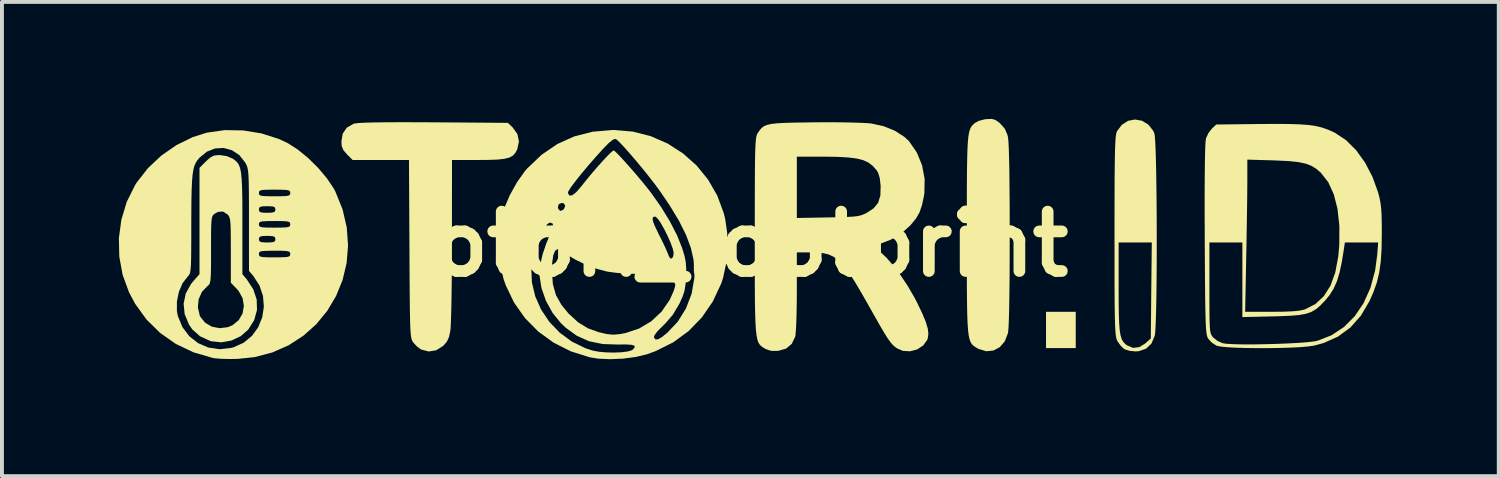
<source format=kicad_pcb>
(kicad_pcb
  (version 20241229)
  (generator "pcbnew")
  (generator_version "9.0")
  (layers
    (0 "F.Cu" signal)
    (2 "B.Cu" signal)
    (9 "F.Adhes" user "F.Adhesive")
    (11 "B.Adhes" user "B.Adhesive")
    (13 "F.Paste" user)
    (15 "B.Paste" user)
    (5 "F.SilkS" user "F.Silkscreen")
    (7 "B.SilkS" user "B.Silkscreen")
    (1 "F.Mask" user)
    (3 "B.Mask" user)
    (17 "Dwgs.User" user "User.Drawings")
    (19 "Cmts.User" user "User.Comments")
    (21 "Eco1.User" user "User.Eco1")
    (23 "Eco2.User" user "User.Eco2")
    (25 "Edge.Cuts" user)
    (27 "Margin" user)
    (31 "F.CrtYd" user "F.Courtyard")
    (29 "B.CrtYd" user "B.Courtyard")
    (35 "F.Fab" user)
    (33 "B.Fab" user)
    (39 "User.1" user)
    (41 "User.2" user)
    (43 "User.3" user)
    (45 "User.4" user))
  (footprint "otori_footprint"
    (layer "F.Cu")
    (at 16.207 3.213)
    (property "Reference" "otori_footprint" (at 0 0 0) (layer "F.SilkS") (effects (font (size 1.524 1.524) (thickness 0.3))))
    (attr board_only exclude_from_pos_files exclude_from_bom)
    (fp_poly (pts (xy 8.34 2.667) (xy 7.578 2.667) (xy 7.578 1.736) (xy 8.34 1.736)) (stroke (width 0) (type solid)) (fill yes) (layer "F.SilkS"))
    (fp_poly (pts (xy 6.276 -3.188) (xy 6.373 -3.12) (xy 6.403 -3.093) (xy 6.52 -2.962) (xy 6.588 -2.803) (xy 6.601 -2.748) (xy 6.612 -2.65) (xy 6.622 -2.471) (xy 6.63 -2.211) (xy 6.637 -1.876) (xy 6.641 -1.466) (xy 6.645 -0.984) (xy 6.646 -0.434) (xy 6.646 -0.233) (xy 6.645 0.34) (xy 6.643 0.845) (xy 6.638 1.279) (xy 6.632 1.641) (xy 6.625 1.926) (xy 6.616 2.133) (xy 6.605 2.259) (xy 6.601 2.282) (xy 6.522 2.49) (xy 6.394 2.641) (xy 6.23 2.729) (xy 6.045 2.748) (xy 5.851 2.69) (xy 5.808 2.666) (xy 5.755 2.634) (xy 5.71 2.601) (xy 5.672 2.562) (xy 5.641 2.509) (xy 5.615 2.438) (xy 5.594 2.34) (xy 5.578 2.21) (xy 5.566 2.041) (xy 5.557 1.827) (xy 5.552 1.562) (xy 5.548 1.238) (xy 5.546 0.85) (xy 5.546 0.391) (xy 5.546 -0.145) (xy 5.546 -0.233) (xy 5.546 -0.776) (xy 5.546 -1.242) (xy 5.548 -1.635) (xy 5.551 -1.964) (xy 5.556 -2.234) (xy 5.563 -2.453) (xy 5.573 -2.626) (xy 5.586 -2.76) (xy 5.603 -2.862) (xy 5.624 -2.938) (xy 5.65 -2.995) (xy 5.681 -3.039) (xy 5.718 -3.077) (xy 5.751 -3.107) (xy 5.854 -3.163) (xy 6.001 -3.201) (xy 6.046 -3.207) (xy 6.181 -3.213)) (stroke (width 0) (type solid)) (fill yes) (layer "F.SilkS"))
    (fp_poly (pts (xy -8.423 -3.126) (xy -8.12 -3.125) (xy -6.228 -3.111) (xy -6.103 -2.991) (xy -5.984 -2.825) (xy -5.944 -2.635) (xy -5.985 -2.439) (xy -6.034 -2.344) (xy -6.097 -2.273) (xy -6.187 -2.222) (xy -6.315 -2.189) (xy -6.494 -2.169) (xy -6.735 -2.161) (xy -6.983 -2.159) (xy -7.662 -2.159) (xy -7.663 -0.095) (xy -7.663 0.324) (xy -7.666 0.726) (xy -7.67 1.1) (xy -7.675 1.437) (xy -7.681 1.727) (xy -7.688 1.961) (xy -7.696 2.129) (xy -7.704 2.222) (xy -7.704 2.223) (xy -7.739 2.385) (xy -7.791 2.499) (xy -7.877 2.599) (xy -7.893 2.614) (xy -8.067 2.723) (xy -8.258 2.754) (xy -8.451 2.704) (xy -8.463 2.698) (xy -8.56 2.626) (xy -8.652 2.527) (xy -8.653 2.526) (xy -8.672 2.498) (xy -8.689 2.466) (xy -8.702 2.423) (xy -8.714 2.362) (xy -8.723 2.275) (xy -8.73 2.157) (xy -8.736 1.999) (xy -8.74 1.795) (xy -8.744 1.537) (xy -8.747 1.22) (xy -8.75 0.835) (xy -8.752 0.376) (xy -8.753 0.124) (xy -8.765 -2.159) (xy -9.488 -2.159) (xy -10.211 -2.159) (xy -10.355 -2.303) (xy -10.448 -2.411) (xy -10.49 -2.514) (xy -10.499 -2.636) (xy -10.464 -2.836) (xy -10.362 -2.987) (xy -10.196 -3.083) (xy -10.168 -3.092) (xy -10.08 -3.105) (xy -9.912 -3.115) (xy -9.663 -3.122) (xy -9.333 -3.126) (xy -8.919 -3.128)) (stroke (width 0) (type solid)) (fill yes) (layer "F.SilkS"))
    (fp_poly (pts (xy 10.038 -3.166) (xy 10.199 -3.069) (xy 10.327 -2.909) (xy 10.356 -2.848) (xy 10.368 -2.778) (xy 10.379 -2.632) (xy 10.389 -2.419) (xy 10.397 -2.151) (xy 10.404 -1.834) (xy 10.409 -1.48) (xy 10.414 -1.097) (xy 10.417 -0.694) (xy 10.418 -0.282) (xy 10.418 0.132) (xy 10.417 0.537) (xy 10.414 0.925) (xy 10.41 1.285) (xy 10.404 1.609) (xy 10.397 1.887) (xy 10.388 2.111) (xy 10.378 2.27) (xy 10.366 2.353) (xy 10.282 2.551) (xy 10.145 2.682) (xy 9.959 2.746) (xy 9.87 2.752) (xy 9.723 2.737) (xy 9.603 2.7) (xy 9.577 2.686) (xy 9.49 2.602) (xy 9.411 2.49) (xy 9.408 2.485) (xy 9.393 2.451) (xy 9.38 2.408) (xy 9.369 2.348) (xy 9.36 2.264) (xy 9.353 2.151) (xy 9.347 2.001) (xy 9.342 1.808) (xy 9.339 1.565) (xy 9.337 1.266) (xy 9.336 1.102) (xy 9.44 1.102) (xy 9.441 1.479) (xy 9.445 1.781) (xy 9.453 2.017) (xy 9.467 2.198) (xy 9.488 2.333) (xy 9.517 2.431) (xy 9.556 2.503) (xy 9.606 2.559) (xy 9.657 2.598) (xy 9.812 2.662) (xy 9.972 2.642) (xy 10.128 2.544) (xy 10.266 2.42) (xy 10.278 1.189) (xy 10.291 -0.042) (xy 9.44 -0.042) (xy 9.44 1.102) (xy 9.336 1.102) (xy 9.335 0.904) (xy 9.335 0.473) (xy 9.335 -0.035) (xy 9.335 -0.212) (xy 9.335 -0.752) (xy 9.336 -1.213) (xy 9.337 -1.603) (xy 9.34 -1.927) (xy 9.343 -2.192) (xy 9.348 -2.403) (xy 9.354 -2.568) (xy 9.361 -2.692) (xy 9.37 -2.783) (xy 9.381 -2.845) (xy 9.393 -2.886) (xy 9.398 -2.896) (xy 9.524 -3.063) (xy 9.684 -3.164) (xy 9.861 -3.197)) (stroke (width 0) (type solid)) (fill yes) (layer "F.SilkS"))
    (fp_poly (pts (xy -13.442 -2.259) (xy -13.301 -2.2) (xy -13.232 -2.154) (xy -13.176 -2.104) (xy -13.132 -2.04) (xy -13.099 -1.953) (xy -13.074 -1.834) (xy -13.058 -1.673) (xy -13.047 -1.463) (xy -13.041 -1.194) (xy -13.039 -0.857) (xy -13.039 -0.526) (xy -13.039 0.771) (xy -12.926 0.904) (xy -12.76 1.157) (xy -12.672 1.422) (xy -12.664 1.688) (xy -12.735 1.947) (xy -12.885 2.187) (xy -12.889 2.193) (xy -13.083 2.362) (xy -13.32 2.473) (xy -13.576 2.519) (xy -13.829 2.493) (xy -13.871 2.481) (xy -14.128 2.362) (xy -14.323 2.188) (xy -14.41 2.061) (xy -14.52 1.795) (xy -14.537 1.624) (xy -14.181 1.624) (xy -14.133 1.83) (xy -14.116 1.867) (xy -13.993 2.018) (xy -13.822 2.117) (xy -13.622 2.156) (xy -13.415 2.131) (xy -13.295 2.082) (xy -13.134 1.952) (xy -13.035 1.781) (xy -13.001 1.587) (xy -13.033 1.388) (xy -13.135 1.201) (xy -13.181 1.149) (xy -13.335 0.991) (xy -13.335 0.157) (xy -13.336 -0.13) (xy -13.338 -0.345) (xy -13.343 -0.5) (xy -13.352 -0.606) (xy -13.367 -0.677) (xy -13.388 -0.723) (xy -13.416 -0.758) (xy -13.42 -0.762) (xy -13.537 -0.836) (xy -13.662 -0.828) (xy -13.749 -0.781) (xy -13.781 -0.756) (xy -13.804 -0.724) (xy -13.821 -0.673) (xy -13.832 -0.591) (xy -13.839 -0.467) (xy -13.842 -0.29) (xy -13.843 -0.047) (xy -13.843 0.148) (xy -13.843 0.439) (xy -13.845 0.658) (xy -13.85 0.815) (xy -13.858 0.922) (xy -13.871 0.991) (xy -13.89 1.034) (xy -13.916 1.062) (xy -13.934 1.075) (xy -14.076 1.223) (xy -14.161 1.414) (xy -14.181 1.624) (xy -14.537 1.624) (xy -14.546 1.526) (xy -14.492 1.265) (xy -14.356 1.021) (xy -14.304 0.957) (xy -14.139 0.77) (xy -14.139 -1.957) (xy -13.975 -2.122) (xy -13.865 -2.221) (xy -13.771 -2.27) (xy -13.66 -2.285) (xy -13.626 -2.286)) (stroke (width 0) (type solid)) (fill yes) (layer "F.SilkS"))
    (fp_poly (pts (xy 2.292 -3.125) (xy 2.585 -3.12) (xy 2.833 -3.112) (xy 3.021 -3.102) (xy 3.105 -3.093) (xy 3.416 -3.024) (xy 3.703 -2.907) (xy 3.944 -2.752) (xy 4.066 -2.638) (xy 4.263 -2.351) (xy 4.398 -2.022) (xy 4.464 -1.669) (xy 4.457 -1.312) (xy 4.447 -1.241) (xy 4.396 -1.001) (xy 4.333 -0.816) (xy 4.244 -0.66) (xy 4.116 -0.503) (xy 4.101 -0.486) (xy 3.866 -0.273) (xy 3.594 -0.114) (xy 3.354 -0.022) (xy 3.13 0.05) (xy 3.319 0.194) (xy 3.478 0.341) (xy 3.659 0.548) (xy 3.847 0.799) (xy 4.032 1.077) (xy 4.199 1.364) (xy 4.267 1.494) (xy 4.401 1.773) (xy 4.492 1.992) (xy 4.544 2.165) (xy 4.56 2.302) (xy 4.544 2.415) (xy 4.53 2.455) (xy 4.427 2.6) (xy 4.273 2.701) (xy 4.091 2.749) (xy 3.905 2.738) (xy 3.76 2.676) (xy 3.698 2.632) (xy 3.64 2.578) (xy 3.579 2.506) (xy 3.508 2.405) (xy 3.421 2.265) (xy 3.31 2.076) (xy 3.17 1.829) (xy 3.07 1.651) (xy 2.861 1.283) (xy 2.684 0.983) (xy 2.531 0.745) (xy 2.394 0.561) (xy 2.265 0.424) (xy 2.138 0.329) (xy 2.005 0.266) (xy 1.859 0.231) (xy 1.691 0.215) (xy 1.525 0.212) (xy 1.185 0.212) (xy 1.185 1.217) (xy 1.183 1.51) (xy 1.178 1.782) (xy 1.171 2.019) (xy 1.161 2.209) (xy 1.15 2.335) (xy 1.143 2.374) (xy 1.055 2.558) (xy 0.911 2.679) (xy 0.71 2.737) (xy 0.689 2.739) (xy 0.519 2.737) (xy 0.385 2.691) (xy 0.356 2.674) (xy 0.306 2.642) (xy 0.263 2.61) (xy 0.227 2.57) (xy 0.196 2.517) (xy 0.172 2.444) (xy 0.152 2.345) (xy 0.137 2.213) (xy 0.125 2.042) (xy 0.117 1.826) (xy 0.111 1.558) (xy 0.108 1.231) (xy 0.106 0.839) (xy 0.106 0.376) (xy 0.106 -0.164) (xy 0.106 -0.214) (xy 0.106 -0.671) (xy 1.185 -0.671) (xy 1.98 -0.685) (xy 2.261 -0.69) (xy 2.472 -0.697) (xy 2.627 -0.706) (xy 2.741 -0.719) (xy 2.828 -0.739) (xy 2.903 -0.766) (xy 2.979 -0.803) (xy 2.981 -0.804) (xy 3.159 -0.922) (xy 3.272 -1.064) (xy 3.328 -1.248) (xy 3.335 -1.49) (xy 3.335 -1.491) (xy 3.313 -1.693) (xy 3.269 -1.833) (xy 3.235 -1.89) (xy 3.139 -2.001) (xy 3.031 -2.087) (xy 2.898 -2.15) (xy 2.729 -2.195) (xy 2.511 -2.223) (xy 2.235 -2.239) (xy 1.886 -2.244) (xy 1.836 -2.244) (xy 1.185 -2.244) (xy 1.185 -0.671) (xy 0.106 -0.671) (xy 0.106 -0.741) (xy 0.107 -1.19) (xy 0.108 -1.568) (xy 0.11 -1.881) (xy 0.112 -2.136) (xy 0.116 -2.339) (xy 0.122 -2.497) (xy 0.129 -2.616) (xy 0.137 -2.703) (xy 0.148 -2.765) (xy 0.16 -2.808) (xy 0.175 -2.84) (xy 0.181 -2.848) (xy 0.232 -2.923) (xy 0.283 -2.981) (xy 0.345 -3.027) (xy 0.428 -3.061) (xy 0.542 -3.085) (xy 0.697 -3.101) (xy 0.903 -3.112) (xy 1.17 -3.118) (xy 1.509 -3.123) (xy 1.628 -3.125) (xy 1.968 -3.127)) (stroke (width 0) (type solid)) (fill yes) (layer "F.SilkS"))
    (fp_poly (pts (xy 13.816 -3.082) (xy 14.086 -3.073) (xy 14.308 -3.057) (xy 14.492 -3.03) (xy 14.65 -2.993) (xy 14.794 -2.944) (xy 14.937 -2.882) (xy 14.996 -2.852) (xy 15.275 -2.667) (xy 15.533 -2.41) (xy 15.762 -2.092) (xy 15.953 -1.725) (xy 16.095 -1.332) (xy 16.132 -1.192) (xy 16.158 -1.06) (xy 16.176 -0.916) (xy 16.186 -0.741) (xy 16.191 -0.517) (xy 16.192 -0.275) (xy 16.186 0.118) (xy 16.165 0.447) (xy 16.125 0.73) (xy 16.063 0.987) (xy 15.975 1.236) (xy 15.873 1.466) (xy 15.654 1.837) (xy 15.386 2.139) (xy 15.068 2.372) (xy 14.7 2.537) (xy 14.456 2.603) (xy 14.31 2.624) (xy 14.105 2.642) (xy 13.854 2.655) (xy 13.572 2.663) (xy 13.274 2.668) (xy 12.974 2.668) (xy 12.687 2.664) (xy 12.426 2.656) (xy 12.207 2.643) (xy 12.044 2.626) (xy 11.952 2.605) (xy 11.832 2.528) (xy 11.74 2.429) (xy 11.724 2.4) (xy 11.71 2.361) (xy 11.698 2.307) (xy 11.688 2.23) (xy 11.68 2.124) (xy 11.673 1.981) (xy 11.668 1.796) (xy 11.663 1.561) (xy 11.659 1.27) (xy 11.658 1.119) (xy 11.769 1.119) (xy 11.769 1.463) (xy 11.77 1.733) (xy 11.773 1.938) (xy 11.778 2.089) (xy 11.786 2.197) (xy 11.798 2.271) (xy 11.815 2.322) (xy 11.838 2.36) (xy 11.865 2.393) (xy 11.975 2.482) (xy 12.107 2.541) (xy 12.108 2.542) (xy 12.22 2.557) (xy 12.4 2.567) (xy 12.634 2.572) (xy 12.906 2.572) (xy 13.2 2.567) (xy 13.501 2.559) (xy 13.793 2.547) (xy 14.06 2.533) (xy 14.287 2.515) (xy 14.459 2.495) (xy 14.541 2.479) (xy 14.902 2.338) (xy 15.222 2.126) (xy 15.498 1.849) (xy 15.725 1.512) (xy 15.9 1.121) (xy 16.02 0.68) (xy 16.073 0.286) (xy 16.099 -0.042) (xy 15.244 -0.042) (xy 15.224 0.095) (xy 15.168 0.447) (xy 15.108 0.729) (xy 15.039 0.956) (xy 14.954 1.145) (xy 14.85 1.31) (xy 14.729 1.456) (xy 14.612 1.577) (xy 14.502 1.67) (xy 14.386 1.738) (xy 14.249 1.786) (xy 14.076 1.818) (xy 13.855 1.837) (xy 13.571 1.849) (xy 13.388 1.854) (xy 12.615 1.871) (xy 12.615 1.736) (xy 12.686 1.736) (xy 13.365 1.736) (xy 13.672 1.733) (xy 13.905 1.723) (xy 14.077 1.706) (xy 14.198 1.681) (xy 14.221 1.673) (xy 14.487 1.538) (xy 14.704 1.336) (xy 14.875 1.066) (xy 14.998 0.727) (xy 15.075 0.318) (xy 15.101 0.021) (xy 15.103 -0.471) (xy 15.055 -0.905) (xy 14.96 -1.279) (xy 14.818 -1.588) (xy 14.63 -1.829) (xy 14.628 -1.832) (xy 14.51 -1.933) (xy 14.384 -2.01) (xy 14.235 -2.066) (xy 14.049 -2.105) (xy 13.812 -2.13) (xy 13.508 -2.145) (xy 13.409 -2.149) (xy 12.742 -2.168) (xy 12.742 -1.645) (xy 12.741 -1.472) (xy 12.739 -1.229) (xy 12.735 -0.932) (xy 12.73 -0.596) (xy 12.724 -0.235) (xy 12.718 0.134) (xy 12.714 0.307) (xy 12.686 1.736) (xy 12.615 1.736) (xy 12.615 -0.042) (xy 11.769 -0.042) (xy 11.769 1.119) (xy 11.658 1.119) (xy 11.656 0.916) (xy 11.653 0.493) (xy 11.65 -0.007) (xy 11.65 -0.125) (xy 11.647 -0.728) (xy 11.647 -1.254) (xy 11.649 -1.701) (xy 11.653 -2.069) (xy 11.658 -2.356) (xy 11.666 -2.561) (xy 11.676 -2.683) (xy 11.681 -2.712) (xy 11.743 -2.847) (xy 11.832 -2.963) (xy 11.835 -2.966) (xy 11.945 -3.069) (xy 13.08 -3.082) (xy 13.484 -3.084)) (stroke (width 0) (type solid)) (fill yes) (layer "F.SilkS"))
    (fp_poly (pts (xy -13.018 -2.917) (xy -12.547 -2.84) (xy -12.099 -2.696) (xy -11.883 -2.595) (xy -11.625 -2.432) (xy -11.356 -2.213) (xy -11.098 -1.959) (xy -10.871 -1.69) (xy -10.695 -1.428) (xy -10.656 -1.355) (xy -10.469 -0.893) (xy -10.361 -0.427) (xy -10.328 0.035) (xy -10.365 0.487) (xy -10.469 0.922) (xy -10.636 1.332) (xy -10.862 1.712) (xy -11.142 2.053) (xy -11.473 2.349) (xy -11.851 2.594) (xy -12.271 2.779) (xy -12.729 2.899) (xy -13.166 2.944) (xy -13.375 2.947) (xy -13.573 2.942) (xy -13.733 2.93) (xy -13.797 2.92) (xy -14.294 2.775) (xy -14.746 2.56) (xy -15.149 2.278) (xy -15.499 1.934) (xy -15.656 1.716) (xy -14.719 1.716) (xy -14.695 1.842) (xy -14.578 2.128) (xy -14.401 2.363) (xy -14.175 2.54) (xy -13.913 2.653) (xy -13.625 2.696) (xy -13.324 2.662) (xy -13.267 2.647) (xy -13.005 2.529) (xy -12.792 2.352) (xy -12.632 2.131) (xy -12.53 1.878) (xy -12.488 1.607) (xy -12.51 1.331) (xy -12.6 1.062) (xy -12.757 0.819) (xy -12.869 0.686) (xy -12.87 0.254) (xy -12.615 0.254) (xy -12.609 0.293) (xy -12.581 0.318) (xy -12.514 0.332) (xy -12.393 0.338) (xy -12.213 0.339) (xy -12.026 0.337) (xy -11.908 0.331) (xy -11.844 0.317) (xy -11.816 0.292) (xy -11.811 0.254) (xy -11.817 0.215) (xy -11.846 0.19) (xy -11.913 0.176) (xy -12.034 0.17) (xy -12.213 0.169) (xy -12.4 0.171) (xy -12.518 0.177) (xy -12.583 0.191) (xy -12.61 0.216) (xy -12.615 0.254) (xy -12.87 0.254) (xy -12.87 -0.127) (xy -12.615 -0.127) (xy -12.604 -0.076) (xy -12.557 -0.051) (xy -12.453 -0.043) (xy -12.404 -0.042) (xy -12.277 -0.047) (xy -12.213 -0.066) (xy -12.193 -0.107) (xy -12.192 -0.127) (xy -12.203 -0.178) (xy -12.25 -0.203) (xy -12.355 -0.211) (xy -12.404 -0.212) (xy -12.531 -0.207) (xy -12.594 -0.188) (xy -12.614 -0.147) (xy -12.615 -0.127) (xy -12.87 -0.127) (xy -12.87 -0.508) (xy -12.615 -0.508) (xy -12.609 -0.469) (xy -12.581 -0.444) (xy -12.514 -0.43) (xy -12.393 -0.424) (xy -12.213 -0.423) (xy -12.026 -0.425) (xy -11.908 -0.431) (xy -11.844 -0.445) (xy -11.816 -0.47) (xy -11.811 -0.508) (xy -11.817 -0.547) (xy -11.846 -0.572) (xy -11.913 -0.586) (xy -12.034 -0.592) (xy -12.213 -0.593) (xy -12.4 -0.591) (xy -12.518 -0.585) (xy -12.583 -0.571) (xy -12.61 -0.546) (xy -12.615 -0.508) (xy -12.87 -0.508) (xy -12.87 -0.62) (xy -12.87 -0.889) (xy -12.615 -0.889) (xy -12.604 -0.838) (xy -12.557 -0.813) (xy -12.453 -0.805) (xy -12.404 -0.804) (xy -12.277 -0.809) (xy -12.213 -0.828) (xy -12.193 -0.869) (xy -12.192 -0.889) (xy -12.203 -0.94) (xy -12.25 -0.965) (xy -12.355 -0.973) (xy -12.404 -0.974) (xy -12.531 -0.969) (xy -12.594 -0.95) (xy -12.614 -0.909) (xy -12.615 -0.889) (xy -12.87 -0.889) (xy -12.87 -0.987) (xy -12.872 -1.28) (xy -12.872 -1.312) (xy -12.615 -1.312) (xy -12.609 -1.273) (xy -12.581 -1.248) (xy -12.514 -1.235) (xy -12.393 -1.229) (xy -12.213 -1.228) (xy -12.026 -1.229) (xy -11.908 -1.235) (xy -11.844 -1.249) (xy -11.816 -1.275) (xy -11.811 -1.312) (xy -11.817 -1.352) (xy -11.846 -1.377) (xy -11.913 -1.39) (xy -12.034 -1.396) (xy -12.213 -1.397) (xy -12.4 -1.396) (xy -12.518 -1.39) (xy -12.583 -1.376) (xy -12.61 -1.35) (xy -12.615 -1.312) (xy -12.872 -1.312) (xy -12.874 -1.508) (xy -12.879 -1.681) (xy -12.886 -1.81) (xy -12.897 -1.903) (xy -12.911 -1.971) (xy -12.93 -2.025) (xy -12.955 -2.073) (xy -12.965 -2.092) (xy -13.118 -2.285) (xy -13.308 -2.41) (xy -13.52 -2.467) (xy -13.739 -2.455) (xy -13.95 -2.372) (xy -14.138 -2.219) (xy -14.192 -2.153) (xy -14.235 -2.087) (xy -14.27 -2.008) (xy -14.296 -1.908) (xy -14.317 -1.776) (xy -14.331 -1.603) (xy -14.341 -1.38) (xy -14.347 -1.098) (xy -14.349 -0.746) (xy -14.35 -0.483) (xy -14.35 -0.127) (xy -14.352 0.153) (xy -14.354 0.368) (xy -14.359 0.527) (xy -14.367 0.641) (xy -14.378 0.718) (xy -14.393 0.768) (xy -14.413 0.801) (xy -14.438 0.828) (xy -14.44 0.83) (xy -14.572 0.999) (xy -14.667 1.221) (xy -14.718 1.469) (xy -14.719 1.716) (xy -15.656 1.716) (xy -15.79 1.531) (xy -15.948 1.234) (xy -16.111 0.788) (xy -16.197 0.32) (xy -16.207 -0.156) (xy -16.143 -0.628) (xy -16.006 -1.083) (xy -15.795 -1.508) (xy -15.748 -1.583) (xy -15.462 -1.949) (xy -15.118 -2.272) (xy -14.731 -2.541) (xy -14.314 -2.745) (xy -13.949 -2.86) (xy -13.493 -2.925)) (stroke (width 0) (type solid)) (fill yes) (layer "F.SilkS"))
    (fp_poly (pts (xy -3.022 -2.887) (xy -2.561 -2.769) (xy -2.13 -2.581) (xy -1.736 -2.328) (xy -1.387 -2.018) (xy -1.092 -1.655) (xy -0.857 -1.247) (xy -0.691 -0.799) (xy -0.654 -0.654) (xy -0.601 -0.285) (xy -0.594 0.112) (xy -0.63 0.508) (xy -0.709 0.873) (xy -0.753 1.006) (xy -0.969 1.469) (xy -1.249 1.877) (xy -1.589 2.229) (xy -1.986 2.519) (xy -2.437 2.744) (xy -2.66 2.825) (xy -2.944 2.894) (xy -3.27 2.937) (xy -3.604 2.952) (xy -3.917 2.937) (xy -4.128 2.903) (xy -4.611 2.751) (xy -5.054 2.528) (xy -5.448 2.242) (xy -5.789 1.897) (xy -6.069 1.5) (xy -6.282 1.056) (xy -6.337 0.901) (xy -6.405 0.614) (xy -5.627 0.614) (xy -5.612 0.98) (xy -5.526 1.339) (xy -5.375 1.68) (xy -5.164 1.994) (xy -4.899 2.27) (xy -4.587 2.5) (xy -4.234 2.672) (xy -4.059 2.729) (xy -3.9 2.76) (xy -3.708 2.777) (xy -3.503 2.782) (xy -3.309 2.774) (xy -3.149 2.753) (xy -3.044 2.721) (xy -3.029 2.711) (xy -2.973 2.649) (xy -2.981 2.606) (xy -3.06 2.582) (xy -3.213 2.573) (xy -3.397 2.576) (xy -3.796 2.563) (xy -4.145 2.491) (xy -4.456 2.353) (xy -4.742 2.146) (xy -4.863 2.033) (xy -5.078 1.768) (xy -5.25 1.458) (xy -5.366 1.128) (xy -5.417 0.802) (xy -5.419 0.741) (xy -5.414 0.699) (xy -5.098 0.699) (xy -5.074 1.026) (xy -4.995 1.306) (xy -4.852 1.561) (xy -4.672 1.78) (xy -4.428 2.004) (xy -4.171 2.161) (xy -3.894 2.26) (xy -3.69 2.307) (xy -3.522 2.323) (xy -3.348 2.307) (xy -3.209 2.281) (xy -2.861 2.165) (xy -2.549 1.979) (xy -2.284 1.731) (xy -2.077 1.432) (xy -1.973 1.198) (xy -1.938 1.085) (xy -1.936 1.019) (xy -1.97 0.97) (xy -1.984 0.958) (xy -2.101 0.891) (xy -2.286 0.834) (xy -2.52 0.792) (xy -2.784 0.767) (xy -2.969 0.762) (xy -3.195 0.755) (xy -3.435 0.737) (xy -3.645 0.71) (xy -3.696 0.701) (xy -3.946 0.634) (xy -4.224 0.528) (xy -4.496 0.398) (xy -4.726 0.26) (xy -4.77 0.228) (xy -4.867 0.163) (xy -4.938 0.129) (xy -4.949 0.127) (xy -5.016 0.168) (xy -5.064 0.288) (xy -5.092 0.483) (xy -5.098 0.699) (xy -5.414 0.699) (xy -5.396 0.516) (xy -5.333 0.248) (xy -5.236 -0.035) (xy -5.163 -0.205) (xy -5.092 -0.37) (xy -5.066 -0.475) (xy -5.082 -0.531) (xy -5.143 -0.55) (xy -5.161 -0.55) (xy -5.218 -0.512) (xy -5.291 -0.408) (xy -5.373 -0.253) (xy -5.456 -0.062) (xy -5.533 0.15) (xy -5.564 0.251) (xy -5.627 0.614) (xy -6.405 0.614) (xy -6.423 0.538) (xy -6.466 0.141) (xy -6.463 -0.256) (xy -6.419 -0.593) (xy -6.402 -0.65) (xy -2.516 -0.65) (xy -2.502 -0.576) (xy -2.454 -0.456) (xy -2.369 -0.279) (xy -2.342 -0.224) (xy -2.253 -0.045) (xy -2.177 0.116) (xy -2.125 0.237) (xy -2.105 0.29) (xy -2.067 0.364) (xy -2.02 0.366) (xy -1.984 0.308) (xy -1.975 0.219) (xy -1.998 0.116) (xy -2.054 -0.036) (xy -2.132 -0.214) (xy -2.221 -0.392) (xy -2.31 -0.548) (xy -2.369 -0.635) (xy -2.435 -0.703) (xy -2.485 -0.704) (xy -2.502 -0.69) (xy -2.516 -0.65) (xy -6.402 -0.65) (xy -6.323 -0.918) (xy -6.312 -0.944) (xy -4.946 -0.944) (xy -4.937 -0.908) (xy -4.887 -0.851) (xy -4.818 -0.874) (xy -4.785 -0.908) (xy -4.756 -0.988) (xy -4.795 -1.046) (xy -4.847 -1.058) (xy -4.923 -1.025) (xy -4.946 -0.944) (xy -6.312 -0.944) (xy -6.176 -1.262) (xy -6.146 -1.314) (xy -4.689 -1.314) (xy -4.651 -1.246) (xy -4.579 -1.252) (xy -4.475 -1.332) (xy -4.349 -1.477) (xy -4.207 -1.655) (xy -4.056 -1.837) (xy -3.904 -2.012) (xy -3.764 -2.167) (xy -3.645 -2.292) (xy -3.558 -2.375) (xy -3.513 -2.405) (xy -3.512 -2.405) (xy -3.463 -2.366) (xy -3.372 -2.274) (xy -3.25 -2.142) (xy -3.107 -1.982) (xy -2.955 -1.807) (xy -2.805 -1.63) (xy -2.669 -1.463) (xy -2.571 -1.339) (xy -2.306 -0.966) (xy -2.075 -0.59) (xy -1.889 -0.229) (xy -1.759 0.097) (xy -1.757 0.103) (xy -1.697 0.299) (xy -1.665 0.458) (xy -1.653 0.62) (xy -1.658 0.822) (xy -1.659 0.84) (xy -1.672 1.043) (xy -1.697 1.197) (xy -1.742 1.338) (xy -1.816 1.503) (xy -1.833 1.537) (xy -1.995 1.81) (xy -2.197 2.044) (xy -2.248 2.092) (xy -2.387 2.232) (xy -2.466 2.335) (xy -2.482 2.393) (xy -2.442 2.445) (xy -2.376 2.442) (xy -2.273 2.382) (xy -2.142 2.277) (xy -1.869 1.989) (xy -1.659 1.65) (xy -1.515 1.274) (xy -1.445 0.874) (xy -1.439 0.714) (xy -1.462 0.41) (xy -1.534 0.096) (xy -1.657 -0.236) (xy -1.837 -0.596) (xy -2.076 -0.992) (xy -2.325 -1.358) (xy -2.452 -1.531) (xy -2.602 -1.725) (xy -2.766 -1.929) (xy -2.933 -2.13) (xy -3.094 -2.318) (xy -3.238 -2.481) (xy -3.356 -2.606) (xy -3.438 -2.682) (xy -3.464 -2.699) (xy -3.529 -2.683) (xy -3.636 -2.598) (xy -3.779 -2.452) (xy -3.993 -2.215) (xy -4.191 -1.987) (xy -4.365 -1.778) (xy -4.509 -1.596) (xy -4.616 -1.452) (xy -4.677 -1.353) (xy -4.689 -1.314) (xy -6.146 -1.314) (xy -5.992 -1.591) (xy -5.789 -1.875) (xy -5.735 -1.938) (xy -5.364 -2.292) (xy -4.961 -2.567) (xy -4.525 -2.764) (xy -4.055 -2.884) (xy -3.549 -2.928) (xy -3.505 -2.928)) (stroke (width 0) (type solid)) (fill yes) (layer "F.SilkS")))
  (gr_rect
    (start -3 -3)
    (end 35.399 9.165)
    (stroke (width 0.1) (type default))
    (fill no)
    (layer "Edge.Cuts")))
</source>
